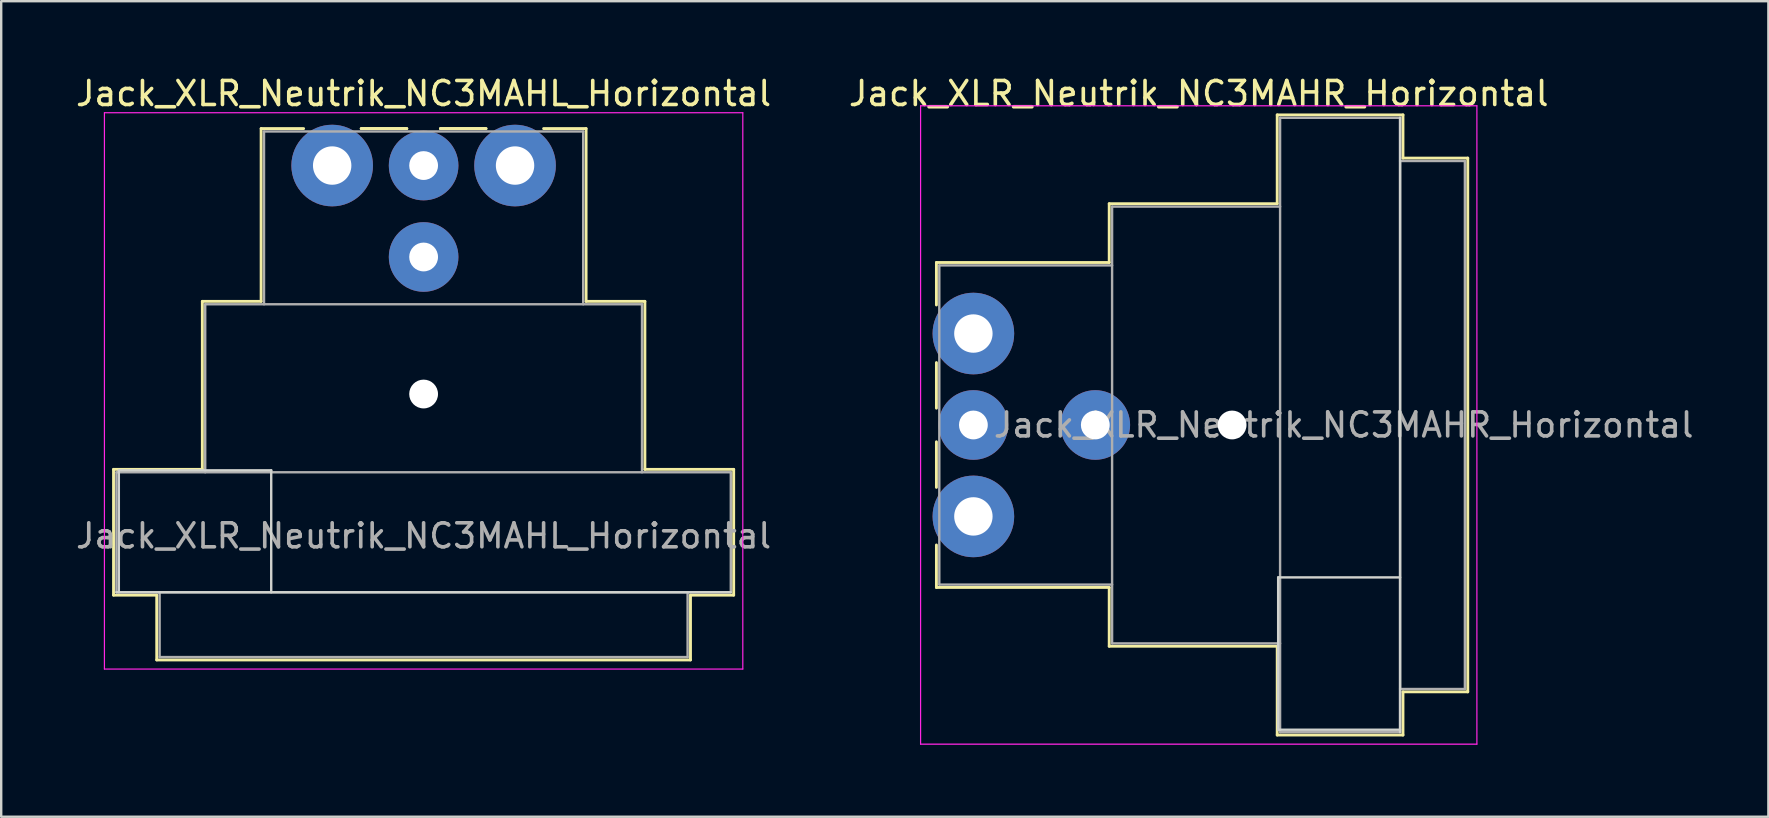
<source format=kicad_pcb>
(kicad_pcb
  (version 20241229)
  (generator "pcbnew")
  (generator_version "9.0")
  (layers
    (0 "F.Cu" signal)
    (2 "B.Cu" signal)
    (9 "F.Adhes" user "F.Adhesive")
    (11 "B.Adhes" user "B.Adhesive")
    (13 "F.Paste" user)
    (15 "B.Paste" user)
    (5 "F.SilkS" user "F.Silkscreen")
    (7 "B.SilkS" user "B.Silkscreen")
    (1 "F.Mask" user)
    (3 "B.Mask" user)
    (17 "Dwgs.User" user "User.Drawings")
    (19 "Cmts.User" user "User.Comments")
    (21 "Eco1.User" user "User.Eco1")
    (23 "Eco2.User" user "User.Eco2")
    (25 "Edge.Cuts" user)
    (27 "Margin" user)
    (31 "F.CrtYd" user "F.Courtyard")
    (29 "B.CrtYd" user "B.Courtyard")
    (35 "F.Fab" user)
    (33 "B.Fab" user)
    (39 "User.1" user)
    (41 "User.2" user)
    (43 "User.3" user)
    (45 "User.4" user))
  (footprint "Jack_XLR_Neutrik_NC3MAHR_Horizontal"
    (layer "F.Cu")
    (at 37.509 10.848)
    (property "Reference" "Jack_XLR_Neutrik_NC3MAHR_Horizontal" (at 9.39 -10 0) (layer "F.SilkS") (effects (font (size 1 1) (thickness 0.15))))
    (attr through_hole)
    (fp_line (start -1.54 -2.96) (end -1.54 -1.19) (stroke (width 0.12) (type solid)) (layer "F.SilkS"))
    (fp_line (start -1.54 3.11) (end -1.54 1.21) (stroke (width 0.12) (type solid)) (layer "F.SilkS"))
    (fp_line (start -1.54 4.51) (end -1.54 6.41) (stroke (width 0.12) (type solid)) (layer "F.SilkS"))
    (fp_line (start -1.54 8.81) (end -1.54 10.58) (stroke (width 0.12) (type solid)) (layer "F.SilkS"))
    (fp_line (start 5.66 -2.96) (end -1.54 -2.96) (stroke (width 0.12) (type solid)) (layer "F.SilkS"))
    (fp_line (start 5.66 -2.96) (end 5.66 -5.41) (stroke (width 0.12) (type solid)) (layer "F.SilkS"))
    (fp_line (start 5.66 10.58) (end -1.54 10.58) (stroke (width 0.12) (type solid)) (layer "F.SilkS"))
    (fp_line (start 5.66 10.58) (end 5.66 13.03) (stroke (width 0.12) (type solid)) (layer "F.SilkS"))
    (fp_line (start 12.66 -5.41) (end 5.66 -5.41) (stroke (width 0.12) (type solid)) (layer "F.SilkS"))
    (fp_line (start 12.66 -5.41) (end 12.66 -9.11) (stroke (width 0.12) (type solid)) (layer "F.SilkS"))
    (fp_line (start 12.66 13.03) (end 5.66 13.03) (stroke (width 0.12) (type solid)) (layer "F.SilkS"))
    (fp_line (start 12.66 16.73) (end 12.66 13.03) (stroke (width 0.12) (type solid)) (layer "F.SilkS"))
    (fp_line (start 17.9 -9.11) (end 12.66 -9.11) (stroke (width 0.12) (type solid)) (layer "F.SilkS"))
    (fp_line (start 17.9 -9.11) (end 17.9 -7.31) (stroke (width 0.12) (type solid)) (layer "F.SilkS"))
    (fp_line (start 17.9 -7.31) (end 20.6 -7.31) (stroke (width 0.12) (type solid)) (layer "F.SilkS"))
    (fp_line (start 17.9 14.93) (end 17.9 16.73) (stroke (width 0.12) (type solid)) (layer "F.SilkS"))
    (fp_line (start 17.9 14.93) (end 20.6 14.93) (stroke (width 0.12) (type solid)) (layer "F.SilkS"))
    (fp_line (start 17.9 16.73) (end 12.66 16.73) (stroke (width 0.12) (type solid)) (layer "F.SilkS"))
    (fp_line (start 20.6 -7.31) (end 20.6 14.93) (stroke (width 0.12) (type solid)) (layer "F.SilkS"))
    (fp_line (start 12.7 10.16) (end 12.7 16.51) (stroke (width 0.1) (type solid)) (layer "Edge.Cuts"))
    (fp_line (start 12.7 16.51) (end 17.78 16.51) (stroke (width 0.1) (type solid)) (layer "Edge.Cuts"))
    (fp_line (start 17.78 -8.99) (end 17.78 16.61) (stroke (width 0.1) (type solid)) (layer "Edge.Cuts"))
    (fp_line (start 17.78 10.16) (end 12.7 10.16) (stroke (width 0.1) (type solid)) (layer "Edge.Cuts"))
    (fp_line (start -2.2 -9.49) (end -2.2 17.11) (stroke (width 0.05) (type solid)) (layer "F.CrtYd"))
    (fp_line (start 20.98 -9.49) (end -2.2 -9.49) (stroke (width 0.05) (type solid)) (layer "F.CrtYd"))
    (fp_line (start 20.98 -9.49) (end 20.98 17.11) (stroke (width 0.05) (type solid)) (layer "F.CrtYd"))
    (fp_line (start 20.98 17.11) (end -2.2 17.11) (stroke (width 0.05) (type solid)) (layer "F.CrtYd"))
    (fp_line (start -1.42 -2.84) (end -1.42 10.46) (stroke (width 0.1) (type solid)) (layer "F.Fab"))
    (fp_line (start 5.78 -2.84) (end -1.42 -2.84) (stroke (width 0.1) (type solid)) (layer "F.Fab"))
    (fp_line (start 5.78 10.46) (end -1.42 10.46) (stroke (width 0.1) (type solid)) (layer "F.Fab"))
    (fp_line (start 5.78 12.91) (end 5.78 -5.29) (stroke (width 0.1) (type solid)) (layer "F.Fab"))
    (fp_line (start 5.78 12.91) (end 12.78 12.91) (stroke (width 0.1) (type solid)) (layer "F.Fab"))
    (fp_line (start 12.78 -8.99) (end 17.78 -8.99) (stroke (width 0.1) (type solid)) (layer "F.Fab"))
    (fp_line (start 12.78 -5.29) (end 5.78 -5.29) (stroke (width 0.1) (type solid)) (layer "F.Fab"))
    (fp_line (start 12.78 16.61) (end 12.78 -8.99) (stroke (width 0.1) (type solid)) (layer "F.Fab"))
    (fp_line (start 17.78 -8.99) (end 17.78 16.61) (stroke (width 0.1) (type solid)) (layer "F.Fab"))
    (fp_line (start 17.78 -7.19) (end 20.48 -7.19) (stroke (width 0.1) (type solid)) (layer "F.Fab"))
    (fp_line (start 17.78 16.61) (end 12.78 16.61) (stroke (width 0.1) (type solid)) (layer "F.Fab"))
    (fp_line (start 20.48 -7.19) (end 20.48 14.81) (stroke (width 0.1) (type solid)) (layer "F.Fab"))
    (fp_line (start 20.48 14.81) (end 17.78 14.81) (stroke (width 0.1) (type solid)) (layer "F.Fab"))
    (fp_text user "${REFERENCE}" (at 15.43 3.81 0) (layer "F.Fab") (effects (font (size 1 1) (thickness 0.15))))
    (pad "" np_thru_hole circle (at 10.78 3.81) (size 1.2 1.2) (drill 1.2) (layers "*.Cu" "*.Mask"))
    (pad "1" thru_hole circle (at 0 0) (size 3.4 3.4) (drill 1.6) (layers "*.Cu" "*.Mask"))
    (pad "2" thru_hole circle (at 0 3.81) (size 2.9 2.9) (drill 1.2) (layers "*.Cu" "*.Mask"))
    (pad "3" thru_hole circle (at 0 7.62) (size 3.4 3.4) (drill 1.6) (layers "*.Cu" "*.Mask"))
    (pad "G" thru_hole circle (at 5.08 3.81) (size 2.9 2.9) (drill 1.2) (layers "*.Cu" "*.Mask")))
  (footprint "Jack_XLR_Neutrik_NC3MAHL_Horizontal"
    (layer "F.Cu")
    (at 14.601 3.848)
    (property "Reference" "Jack_XLR_Neutrik_NC3MAHL_Horizontal" (at 0 -3 0) (layer "F.SilkS") (effects (font (size 1 1) (thickness 0.15))))
    (attr through_hole)
    (fp_line (start -12.92 12.66) (end -9.22 12.66) (stroke (width 0.12) (type solid)) (layer "F.SilkS"))
    (fp_line (start -12.92 17.9) (end -12.92 12.66) (stroke (width 0.12) (type solid)) (layer "F.SilkS"))
    (fp_line (start -11.12 17.9) (end -12.92 17.9) (stroke (width 0.12) (type solid)) (layer "F.SilkS"))
    (fp_line (start -11.12 17.9) (end -11.12 20.6) (stroke (width 0.12) (type solid)) (layer "F.SilkS"))
    (fp_line (start -9.22 12.66) (end -9.22 5.66) (stroke (width 0.12) (type solid)) (layer "F.SilkS"))
    (fp_line (start -6.77 5.66) (end -9.22 5.66) (stroke (width 0.12) (type solid)) (layer "F.SilkS"))
    (fp_line (start -6.77 5.66) (end -6.77 -1.54) (stroke (width 0.12) (type solid)) (layer "F.SilkS"))
    (fp_line (start -5 -1.54) (end -6.77 -1.54) (stroke (width 0.12) (type solid)) (layer "F.SilkS"))
    (fp_line (start -0.7 -1.54) (end -2.6 -1.54) (stroke (width 0.12) (type solid)) (layer "F.SilkS"))
    (fp_line (start -0.7 -1.54) (end -2.6 -1.54) (stroke (width 0.12) (type solid)) (layer "F.SilkS"))
    (fp_line (start 0.7 -1.54) (end 2.6 -1.54) (stroke (width 0.12) (type solid)) (layer "F.SilkS"))
    (fp_line (start 0.7 -1.54) (end 2.6 -1.54) (stroke (width 0.12) (type solid)) (layer "F.SilkS"))
    (fp_line (start 6.77 -1.54) (end 5 -1.54) (stroke (width 0.12) (type solid)) (layer "F.SilkS"))
    (fp_line (start 6.77 5.66) (end 6.77 -1.54) (stroke (width 0.12) (type solid)) (layer "F.SilkS"))
    (fp_line (start 6.77 5.66) (end 9.22 5.66) (stroke (width 0.12) (type solid)) (layer "F.SilkS"))
    (fp_line (start 9.22 12.66) (end 9.22 5.66) (stroke (width 0.12) (type solid)) (layer "F.SilkS"))
    (fp_line (start 9.22 12.66) (end 12.92 12.66) (stroke (width 0.12) (type solid)) (layer "F.SilkS"))
    (fp_line (start 11.12 17.9) (end 11.12 20.6) (stroke (width 0.12) (type solid)) (layer "F.SilkS"))
    (fp_line (start 11.12 20.6) (end -11.12 20.6) (stroke (width 0.12) (type solid)) (layer "F.SilkS"))
    (fp_line (start 12.92 17.9) (end 11.12 17.9) (stroke (width 0.12) (type solid)) (layer "F.SilkS"))
    (fp_line (start 12.92 17.9) (end 12.92 12.66) (stroke (width 0.12) (type solid)) (layer "F.SilkS"))
    (fp_line (start -12.7 12.7) (end -12.7 17.78) (stroke (width 0.1) (type solid)) (layer "Edge.Cuts"))
    (fp_line (start -6.35 12.7) (end -12.7 12.7) (stroke (width 0.1) (type solid)) (layer "Edge.Cuts"))
    (fp_line (start -6.35 17.78) (end -6.35 12.7) (stroke (width 0.1) (type solid)) (layer "Edge.Cuts"))
    (fp_line (start 12.8 17.78) (end -12.8 17.78) (stroke (width 0.1) (type solid)) (layer "Edge.Cuts"))
    (fp_line (start -13.3 20.98) (end -13.3 -2.2) (stroke (width 0.05) (type solid)) (layer "F.CrtYd"))
    (fp_line (start 13.3 -2.2) (end -13.3 -2.2) (stroke (width 0.05) (type solid)) (layer "F.CrtYd"))
    (fp_line (start 13.3 20.98) (end -13.3 20.98) (stroke (width 0.05) (type solid)) (layer "F.CrtYd"))
    (fp_line (start 13.3 20.98) (end 13.3 -2.2) (stroke (width 0.05) (type solid)) (layer "F.CrtYd"))
    (fp_line (start -12.8 12.78) (end 12.8 12.78) (stroke (width 0.1) (type solid)) (layer "F.Fab"))
    (fp_line (start -12.8 17.78) (end -12.8 12.78) (stroke (width 0.1) (type solid)) (layer "F.Fab"))
    (fp_line (start -11 20.48) (end -11 17.78) (stroke (width 0.1) (type solid)) (layer "F.Fab"))
    (fp_line (start -9.1 5.78) (end -9.1 12.78) (stroke (width 0.1) (type solid)) (layer "F.Fab"))
    (fp_line (start -9.1 5.78) (end 9.1 5.78) (stroke (width 0.1) (type solid)) (layer "F.Fab"))
    (fp_line (start -6.65 5.78) (end -6.65 -1.42) (stroke (width 0.1) (type solid)) (layer "F.Fab"))
    (fp_line (start 6.65 -1.42) (end -6.65 -1.42) (stroke (width 0.1) (type solid)) (layer "F.Fab"))
    (fp_line (start 6.65 5.78) (end 6.65 -1.42) (stroke (width 0.1) (type solid)) (layer "F.Fab"))
    (fp_line (start 9.1 12.78) (end 9.1 5.78) (stroke (width 0.1) (type solid)) (layer "F.Fab"))
    (fp_line (start 11 17.78) (end 11 20.48) (stroke (width 0.1) (type solid)) (layer "F.Fab"))
    (fp_line (start 11 20.48) (end -11 20.48) (stroke (width 0.1) (type solid)) (layer "F.Fab"))
    (fp_line (start 12.8 12.78) (end 12.8 17.78) (stroke (width 0.1) (type solid)) (layer "F.Fab"))
    (fp_line (start 12.8 17.78) (end -12.8 17.78) (stroke (width 0.1) (type solid)) (layer "F.Fab"))
    (fp_text user "${REFERENCE}" (at 0 15.43 0) (layer "F.Fab") (effects (font (size 1 1) (thickness 0.15))))
    (pad "" np_thru_hole circle (at 0 9.52) (size 1.2 1.2) (drill 1.2) (layers "*.Cu" "*.Mask"))
    (pad "1" thru_hole circle (at 0 0) (size 2.9 2.9) (drill 1.2) (layers "*.Cu" "*.Mask"))
    (pad "2" thru_hole circle (at -3.81 0) (size 3.4 3.4) (drill 1.6) (layers "*.Cu" "*.Mask"))
    (pad "3" thru_hole circle (at 3.81 0) (size 3.4 3.4) (drill 1.6) (layers "*.Cu" "*.Mask"))
    (pad "G" thru_hole circle (at 0 3.81) (size 2.9 2.9) (drill 1.2) (layers "*.Cu" "*.Mask")))
  (gr_rect
    (start -3 -3)
    (end 70.635 30.983)
    (stroke (width 0.1) (type default))
    (fill no)
    (layer "Edge.Cuts")))
</source>
